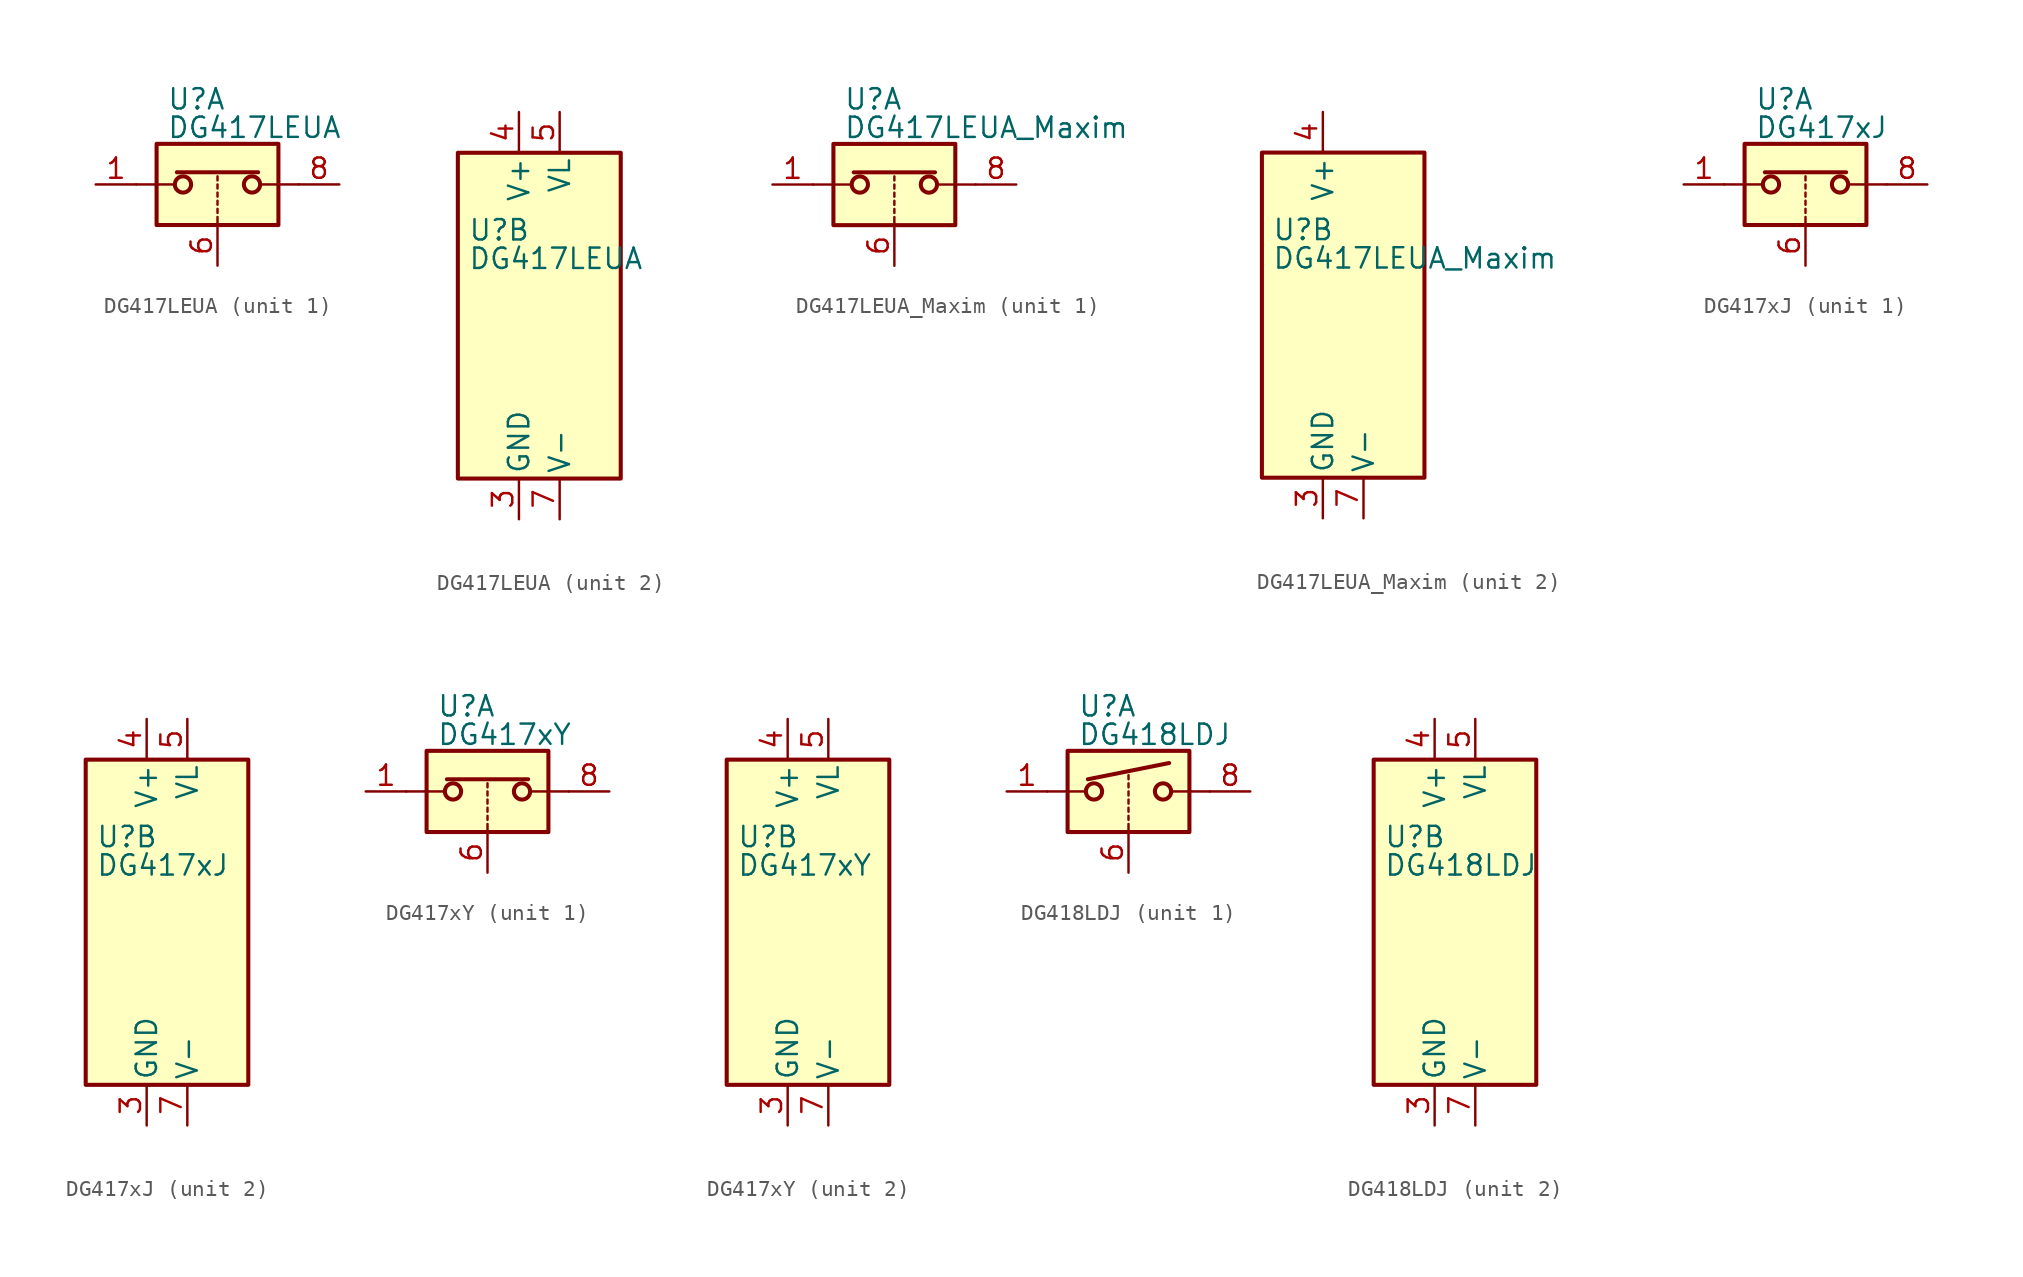
<source format=kicad_sym>
(kicad_symbol_lib
  (version 20201005)
  (generator kicad_symbol_editor)
  (symbol "Analog_Switch:DG417LEUA"
    (pin_names
      (offset 0.254))
    (property "Reference" "U"
      (at -3.175 5.334 0)
      (effects (font (size 1.27 1.27)) (justify left)))
    (property "Value" "DG417LEUA"
      (at -3.175 3.556 0)
      (effects (font (size 1.27 1.27)) (justify left)))
    (symbol "DG417LEUA_1_1"
      (circle (center -2.159 0) (radius 0.508) (stroke (width 0.254)) (fill (type none)))
      (circle (center 2.159 0) (radius 0.508) (stroke (width 0.254)) (fill (type none)))
      (rectangle (start -3.81 2.54) (end 3.81 -2.54) (stroke (width 0.254)) (fill (type background)))
      (polyline (pts (xy -5.08 0) (xy -2.794 0)) (stroke (width 0)) (fill (type none)))
      (polyline (pts (xy -2.54 0.762) (xy 2.54 0.762)) (stroke (width 0.254)) (fill (type none)))
      (polyline (pts (xy 0 -2.54) (xy 0 -2.032)) (stroke (width 0)) (fill (type none)))
      (polyline (pts (xy 0 -1.778) (xy 0 -1.524)) (stroke (width 0)) (fill (type none)))
      (polyline (pts (xy 0 -1.27) (xy 0 -1.016)) (stroke (width 0)) (fill (type none)))
      (polyline (pts (xy 0 -0.762) (xy 0 -0.508)) (stroke (width 0)) (fill (type none)))
      (polyline (pts (xy 0 -0.254) (xy 0 0)) (stroke (width 0)) (fill (type none)))
      (polyline (pts (xy 0 0.254) (xy 0 0.508)) (stroke (width 0)) (fill (type none)))
      (polyline (pts (xy 5.08 0) (xy 2.794 0)) (stroke (width 0)) (fill (type none)))
      (pin passive line (at -7.62 0 0) (length 2.54) (name "~" (effects (font (size 1.27 1.27)))) (number "1" (effects (font (size 1.27 1.27)))))
      (pin input line (at 0 -5.08 90) (length 2.54) (name "~" (effects (font (size 1.27 1.27)))) (number "6" (effects (font (size 1.27 1.27)))))
      (pin passive line (at 7.62 0 180) (length 2.54) (name "~" (effects (font (size 1.27 1.27)))) (number "8" (effects (font (size 1.27 1.27))))))
    (symbol "DG417LEUA_2_0"
      (pin no_connect line (at -2.54 10.16 270) (length 2.54) hide (name "NC" (effects (font (size 1.27 1.27)))) (number "2" (effects (font (size 1.27 1.27)))))
      (pin power_in line (at 0 -12.7 90) (length 2.54) (name "GND" (effects (font (size 1.27 1.27)))) (number "3" (effects (font (size 1.27 1.27)))))
      (pin power_in line (at 0 12.7 270) (length 2.54) (name "V+" (effects (font (size 1.27 1.27)))) (number "4" (effects (font (size 1.27 1.27)))))
      (pin power_in line (at 2.54 12.7 270) (length 2.54) (name "VL" (effects (font (size 1.27 1.27)))) (number "5" (effects (font (size 1.27 1.27)))))
      (pin power_in line (at 2.54 -12.7 90) (length 2.54) (name "V-" (effects (font (size 1.27 1.27)))) (number "7" (effects (font (size 1.27 1.27))))))
    (symbol "DG417LEUA_2_1"
      (rectangle (start -3.81 10.16) (end 6.35 -10.16) (stroke (width 0.254)) (fill (type background)))))
  (symbol "Analog_Switch:DG417LEUA_Maxim"
    (pin_names
      (offset 0.254))
    (property "Reference" "U"
      (at -3.175 5.334 0)
      (effects (font (size 1.27 1.27)) (justify left)))
    (property "Value" "DG417LEUA_Maxim"
      (at -3.175 3.556 0)
      (effects (font (size 1.27 1.27)) (justify left)))
    (symbol "DG417LEUA_Maxim_1_1"
      (circle (center -2.159 0) (radius 0.508) (stroke (width 0.254)) (fill (type none)))
      (circle (center 2.159 0) (radius 0.508) (stroke (width 0.254)) (fill (type none)))
      (rectangle (start -3.81 2.54) (end 3.81 -2.54) (stroke (width 0.254)) (fill (type background)))
      (polyline (pts (xy -5.08 0) (xy -2.794 0)) (stroke (width 0)) (fill (type none)))
      (polyline (pts (xy -2.54 0.762) (xy 2.54 0.762)) (stroke (width 0.254)) (fill (type none)))
      (polyline (pts (xy 0 -2.54) (xy 0 -2.032)) (stroke (width 0)) (fill (type none)))
      (polyline (pts (xy 0 -1.778) (xy 0 -1.524)) (stroke (width 0)) (fill (type none)))
      (polyline (pts (xy 0 -1.27) (xy 0 -1.016)) (stroke (width 0)) (fill (type none)))
      (polyline (pts (xy 0 -0.762) (xy 0 -0.508)) (stroke (width 0)) (fill (type none)))
      (polyline (pts (xy 0 -0.254) (xy 0 0)) (stroke (width 0)) (fill (type none)))
      (polyline (pts (xy 0 0.254) (xy 0 0.508)) (stroke (width 0)) (fill (type none)))
      (polyline (pts (xy 5.08 0) (xy 2.794 0)) (stroke (width 0)) (fill (type none)))
      (pin passive line (at -7.62 0 0) (length 2.54) (name "~" (effects (font (size 1.27 1.27)))) (number "1" (effects (font (size 1.27 1.27)))))
      (pin input line (at 0 -5.08 90) (length 2.54) (name "~" (effects (font (size 1.27 1.27)))) (number "6" (effects (font (size 1.27 1.27)))))
      (pin passive line (at 7.62 0 180) (length 2.54) (name "~" (effects (font (size 1.27 1.27)))) (number "8" (effects (font (size 1.27 1.27))))))
    (symbol "DG417LEUA_Maxim_2_0"
      (pin no_connect line (at -2.54 10.16 270) (length 2.54) hide (name "NC" (effects (font (size 1.27 1.27)))) (number "2" (effects (font (size 1.27 1.27)))))
      (pin power_in line (at 0 -12.7 90) (length 2.54) (name "GND" (effects (font (size 1.27 1.27)))) (number "3" (effects (font (size 1.27 1.27)))))
      (pin power_in line (at 0 12.7 270) (length 2.54) (name "V+" (effects (font (size 1.27 1.27)))) (number "4" (effects (font (size 1.27 1.27)))))
      (pin no_connect line (at 2.54 10.16 270) (length 2.54) hide (name "NC" (effects (font (size 1.27 1.27)))) (number "5" (effects (font (size 1.27 1.27)))))
      (pin power_in line (at 2.54 -12.7 90) (length 2.54) (name "V-" (effects (font (size 1.27 1.27)))) (number "7" (effects (font (size 1.27 1.27))))))
    (symbol "DG417LEUA_Maxim_2_1"
      (rectangle (start -3.81 10.16) (end 6.35 -10.16) (stroke (width 0.254)) (fill (type background)))))
  (symbol "Analog_Switch:DG417xJ"
    (pin_names
      (offset 0.254))
    (property "Reference" "U"
      (at -3.175 5.334 0)
      (effects (font (size 1.27 1.27)) (justify left)))
    (property "Value" "DG417xJ"
      (at -3.175 3.556 0)
      (effects (font (size 1.27 1.27)) (justify left)))
    (symbol "DG417xJ_1_1"
      (circle (center -2.159 0) (radius 0.508) (stroke (width 0.254)) (fill (type none)))
      (circle (center 2.159 0) (radius 0.508) (stroke (width 0.254)) (fill (type none)))
      (rectangle (start -3.81 2.54) (end 3.81 -2.54) (stroke (width 0.254)) (fill (type background)))
      (polyline (pts (xy -5.08 0) (xy -2.794 0)) (stroke (width 0)) (fill (type none)))
      (polyline (pts (xy -2.54 0.762) (xy 2.54 0.762)) (stroke (width 0.254)) (fill (type none)))
      (polyline (pts (xy 0 -2.54) (xy 0 -2.032)) (stroke (width 0)) (fill (type none)))
      (polyline (pts (xy 0 -1.778) (xy 0 -1.524)) (stroke (width 0)) (fill (type none)))
      (polyline (pts (xy 0 -1.27) (xy 0 -1.016)) (stroke (width 0)) (fill (type none)))
      (polyline (pts (xy 0 -0.762) (xy 0 -0.508)) (stroke (width 0)) (fill (type none)))
      (polyline (pts (xy 0 -0.254) (xy 0 0)) (stroke (width 0)) (fill (type none)))
      (polyline (pts (xy 0 0.254) (xy 0 0.508)) (stroke (width 0)) (fill (type none)))
      (polyline (pts (xy 5.08 0) (xy 2.794 0)) (stroke (width 0)) (fill (type none)))
      (pin passive line (at -7.62 0 0) (length 2.54) (name "~" (effects (font (size 1.27 1.27)))) (number "1" (effects (font (size 1.27 1.27)))))
      (pin input line (at 0 -5.08 90) (length 2.54) (name "~" (effects (font (size 1.27 1.27)))) (number "6" (effects (font (size 1.27 1.27)))))
      (pin passive line (at 7.62 0 180) (length 2.54) (name "~" (effects (font (size 1.27 1.27)))) (number "8" (effects (font (size 1.27 1.27))))))
    (symbol "DG417xJ_2_0"
      (pin no_connect line (at -2.54 10.16 270) (length 2.54) hide (name "NC" (effects (font (size 1.27 1.27)))) (number "2" (effects (font (size 1.27 1.27)))))
      (pin power_in line (at 0 -12.7 90) (length 2.54) (name "GND" (effects (font (size 1.27 1.27)))) (number "3" (effects (font (size 1.27 1.27)))))
      (pin power_in line (at 0 12.7 270) (length 2.54) (name "V+" (effects (font (size 1.27 1.27)))) (number "4" (effects (font (size 1.27 1.27)))))
      (pin power_in line (at 2.54 12.7 270) (length 2.54) (name "VL" (effects (font (size 1.27 1.27)))) (number "5" (effects (font (size 1.27 1.27)))))
      (pin power_in line (at 2.54 -12.7 90) (length 2.54) (name "V-" (effects (font (size 1.27 1.27)))) (number "7" (effects (font (size 1.27 1.27))))))
    (symbol "DG417xJ_2_1"
      (rectangle (start -3.81 10.16) (end 6.35 -10.16) (stroke (width 0.254)) (fill (type background)))))
  (symbol "Analog_Switch:DG417xY"
    (pin_names
      (offset 0.254))
    (property "Reference" "U"
      (at -3.175 5.334 0)
      (effects (font (size 1.27 1.27)) (justify left)))
    (property "Value" "DG417xY"
      (at -3.175 3.556 0)
      (effects (font (size 1.27 1.27)) (justify left)))
    (symbol "DG417xY_1_1"
      (circle (center -2.159 0) (radius 0.508) (stroke (width 0.254)) (fill (type none)))
      (circle (center 2.159 0) (radius 0.508) (stroke (width 0.254)) (fill (type none)))
      (rectangle (start -3.81 2.54) (end 3.81 -2.54) (stroke (width 0.254)) (fill (type background)))
      (polyline (pts (xy -5.08 0) (xy -2.794 0)) (stroke (width 0)) (fill (type none)))
      (polyline (pts (xy -2.54 0.762) (xy 2.54 0.762)) (stroke (width 0.254)) (fill (type none)))
      (polyline (pts (xy 0 -2.54) (xy 0 -2.032)) (stroke (width 0)) (fill (type none)))
      (polyline (pts (xy 0 -1.778) (xy 0 -1.524)) (stroke (width 0)) (fill (type none)))
      (polyline (pts (xy 0 -1.27) (xy 0 -1.016)) (stroke (width 0)) (fill (type none)))
      (polyline (pts (xy 0 -0.762) (xy 0 -0.508)) (stroke (width 0)) (fill (type none)))
      (polyline (pts (xy 0 -0.254) (xy 0 0)) (stroke (width 0)) (fill (type none)))
      (polyline (pts (xy 0 0.254) (xy 0 0.508)) (stroke (width 0)) (fill (type none)))
      (polyline (pts (xy 5.08 0) (xy 2.794 0)) (stroke (width 0)) (fill (type none)))
      (pin passive line (at -7.62 0 0) (length 2.54) (name "~" (effects (font (size 1.27 1.27)))) (number "1" (effects (font (size 1.27 1.27)))))
      (pin input line (at 0 -5.08 90) (length 2.54) (name "~" (effects (font (size 1.27 1.27)))) (number "6" (effects (font (size 1.27 1.27)))))
      (pin passive line (at 7.62 0 180) (length 2.54) (name "~" (effects (font (size 1.27 1.27)))) (number "8" (effects (font (size 1.27 1.27))))))
    (symbol "DG417xY_2_0"
      (pin no_connect line (at -2.54 10.16 270) (length 2.54) hide (name "NC" (effects (font (size 1.27 1.27)))) (number "2" (effects (font (size 1.27 1.27)))))
      (pin power_in line (at 0 -12.7 90) (length 2.54) (name "GND" (effects (font (size 1.27 1.27)))) (number "3" (effects (font (size 1.27 1.27)))))
      (pin power_in line (at 0 12.7 270) (length 2.54) (name "V+" (effects (font (size 1.27 1.27)))) (number "4" (effects (font (size 1.27 1.27)))))
      (pin power_in line (at 2.54 12.7 270) (length 2.54) (name "VL" (effects (font (size 1.27 1.27)))) (number "5" (effects (font (size 1.27 1.27)))))
      (pin power_in line (at 2.54 -12.7 90) (length 2.54) (name "V-" (effects (font (size 1.27 1.27)))) (number "7" (effects (font (size 1.27 1.27))))))
    (symbol "DG417xY_2_1"
      (rectangle (start -3.81 10.16) (end 6.35 -10.16) (stroke (width 0.254)) (fill (type background)))))
  (symbol "Analog_Switch:DG418LDJ"
    (pin_names
      (offset 0.254))
    (property "Reference" "U"
      (at -3.175 5.334 0)
      (effects (font (size 1.27 1.27)) (justify left)))
    (property "Value" "DG418LDJ"
      (at -3.175 3.556 0)
      (effects (font (size 1.27 1.27)) (justify left)))
    (symbol "DG418LDJ_1_1"
      (circle (center -2.159 0) (radius 0.508) (stroke (width 0.254)) (fill (type none)))
      (circle (center 2.159 0) (radius 0.508) (stroke (width 0.254)) (fill (type none)))
      (rectangle (start -3.81 2.54) (end 3.81 -2.54) (stroke (width 0.254)) (fill (type background)))
      (polyline (pts (xy -5.08 0) (xy -2.794 0)) (stroke (width 0)) (fill (type none)))
      (polyline (pts (xy -2.54 0.762) (xy 2.54 1.778)) (stroke (width 0.254)) (fill (type none)))
      (polyline (pts (xy 0 -2.54) (xy 0 -2.032)) (stroke (width 0)) (fill (type none)))
      (polyline (pts (xy 0 -1.778) (xy 0 -1.524)) (stroke (width 0)) (fill (type none)))
      (polyline (pts (xy 0 -1.27) (xy 0 -1.016)) (stroke (width 0)) (fill (type none)))
      (polyline (pts (xy 0 -0.762) (xy 0 -0.508)) (stroke (width 0)) (fill (type none)))
      (polyline (pts (xy 0 -0.254) (xy 0 0)) (stroke (width 0)) (fill (type none)))
      (polyline (pts (xy 0 0.254) (xy 0 0.508)) (stroke (width 0)) (fill (type none)))
      (polyline (pts (xy 0 0.762) (xy 0 1.016)) (stroke (width 0)) (fill (type none)))
      (polyline (pts (xy 5.08 0) (xy 2.794 0)) (stroke (width 0)) (fill (type none)))
      (pin passive line (at -7.62 0 0) (length 2.54) (name "~" (effects (font (size 1.27 1.27)))) (number "1" (effects (font (size 1.27 1.27)))))
      (pin input line (at 0 -5.08 90) (length 2.54) (name "~" (effects (font (size 1.27 1.27)))) (number "6" (effects (font (size 1.27 1.27)))))
      (pin passive line (at 7.62 0 180) (length 2.54) (name "~" (effects (font (size 1.27 1.27)))) (number "8" (effects (font (size 1.27 1.27))))))
    (symbol "DG418LDJ_2_0"
      (pin no_connect line (at -2.54 10.16 270) (length 2.54) hide (name "NC" (effects (font (size 1.27 1.27)))) (number "2" (effects (font (size 1.27 1.27)))))
      (pin power_in line (at 0 -12.7 90) (length 2.54) (name "GND" (effects (font (size 1.27 1.27)))) (number "3" (effects (font (size 1.27 1.27)))))
      (pin power_in line (at 0 12.7 270) (length 2.54) (name "V+" (effects (font (size 1.27 1.27)))) (number "4" (effects (font (size 1.27 1.27)))))
      (pin power_in line (at 2.54 12.7 270) (length 2.54) (name "VL" (effects (font (size 1.27 1.27)))) (number "5" (effects (font (size 1.27 1.27)))))
      (pin power_in line (at 2.54 -12.7 90) (length 2.54) (name "V-" (effects (font (size 1.27 1.27)))) (number "7" (effects (font (size 1.27 1.27))))))
    (symbol "DG418LDJ_2_1"
      (rectangle (start -3.81 10.16) (end 6.35 -10.16) (stroke (width 0.254)) (fill (type background))))))
</source>
